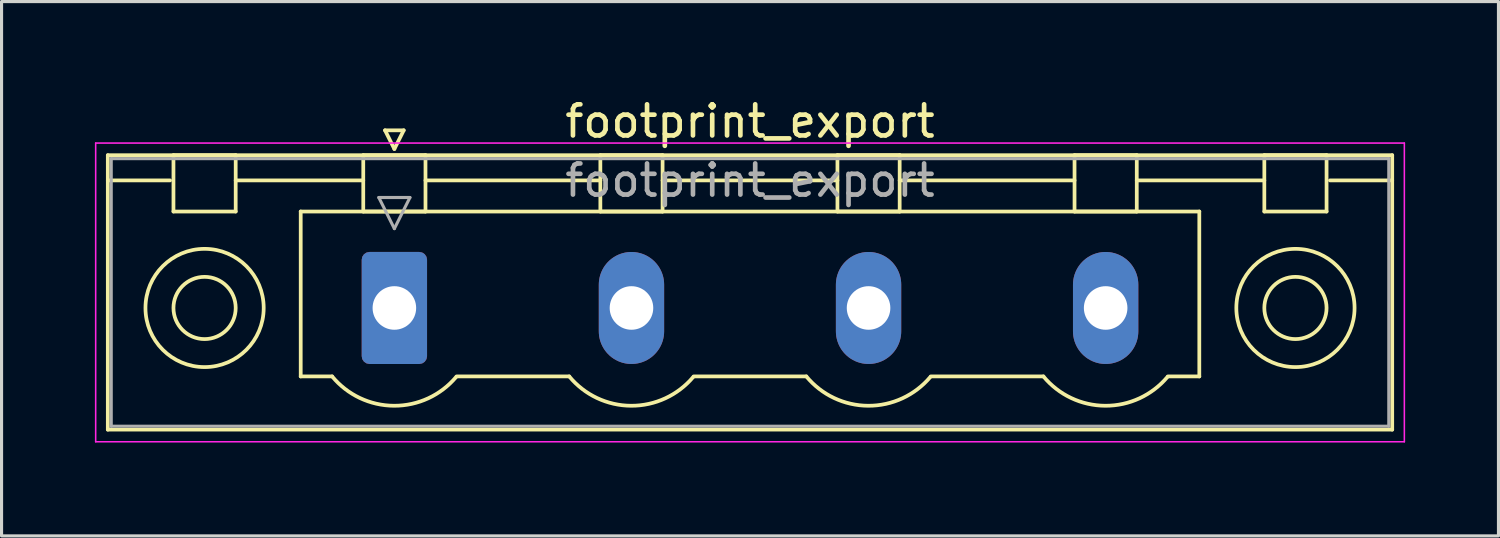
<source format=kicad_pcb>
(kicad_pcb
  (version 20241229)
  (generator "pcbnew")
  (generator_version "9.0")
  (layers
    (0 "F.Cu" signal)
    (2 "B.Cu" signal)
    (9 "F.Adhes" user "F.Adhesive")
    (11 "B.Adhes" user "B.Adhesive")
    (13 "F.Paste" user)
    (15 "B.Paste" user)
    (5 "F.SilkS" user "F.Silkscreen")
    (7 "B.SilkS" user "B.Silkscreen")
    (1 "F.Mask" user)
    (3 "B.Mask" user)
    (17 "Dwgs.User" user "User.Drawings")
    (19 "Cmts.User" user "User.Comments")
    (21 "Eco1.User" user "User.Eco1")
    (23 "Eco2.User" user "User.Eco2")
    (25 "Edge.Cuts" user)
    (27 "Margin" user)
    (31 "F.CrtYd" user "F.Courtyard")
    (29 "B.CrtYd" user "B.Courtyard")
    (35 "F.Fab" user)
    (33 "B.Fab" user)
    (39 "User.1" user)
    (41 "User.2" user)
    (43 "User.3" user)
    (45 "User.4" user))
  (footprint "footprint_export"
    (layer "F.Cu")
    (at 9.625 6.848)
    (property "Reference" "footprint_export" (at 11.43 -6 0) (layer "F.SilkS") (effects (font (size 1 1) (thickness 0.15))))
    (attr through_hole)
    (fp_line (start -9.21 -4.91) (end -9.21 3.91) (stroke (width 0.12) (type solid)) (layer "F.SilkS"))
    (fp_line (start -9.21 -4.1) (end -7.21 -4.1) (stroke (width 0.12) (type solid)) (layer "F.SilkS"))
    (fp_line (start -9.21 3.91) (end 32.07 3.91) (stroke (width 0.12) (type solid)) (layer "F.SilkS"))
    (fp_line (start -7.1 -4.91) (end -5.1 -4.91) (stroke (width 0.12) (type solid)) (layer "F.SilkS"))
    (fp_line (start -7.1 -3.1) (end -7.1 -4.91) (stroke (width 0.12) (type solid)) (layer "F.SilkS"))
    (fp_line (start -5.1 -4.91) (end -5.1 -3.1) (stroke (width 0.12) (type solid)) (layer "F.SilkS"))
    (fp_line (start -5.1 -4.1) (end -1 -4.1) (stroke (width 0.12) (type solid)) (layer "F.SilkS"))
    (fp_line (start -5.1 -3.1) (end -7.1 -3.1) (stroke (width 0.12) (type solid)) (layer "F.SilkS"))
    (fp_line (start -3.01 -3.1) (end 25.87 -3.1) (stroke (width 0.12) (type solid)) (layer "F.SilkS"))
    (fp_line (start -3.01 2.2) (end -3.01 -3.1) (stroke (width 0.12) (type solid)) (layer "F.SilkS"))
    (fp_line (start -2 2.2) (end -3.01 2.2) (stroke (width 0.12) (type solid)) (layer "F.SilkS"))
    (fp_line (start -1 -4.91) (end 1 -4.91) (stroke (width 0.12) (type solid)) (layer "F.SilkS"))
    (fp_line (start -1 -3.1) (end -1 -4.91) (stroke (width 0.12) (type solid)) (layer "F.SilkS"))
    (fp_line (start -0.3 -5.71) (end 0.3 -5.71) (stroke (width 0.12) (type solid)) (layer "F.SilkS"))
    (fp_line (start 0 -5.11) (end -0.3 -5.71) (stroke (width 0.12) (type solid)) (layer "F.SilkS"))
    (fp_line (start 0.3 -5.71) (end 0 -5.11) (stroke (width 0.12) (type solid)) (layer "F.SilkS"))
    (fp_line (start 1 -4.91) (end 1 -3.1) (stroke (width 0.12) (type solid)) (layer "F.SilkS"))
    (fp_line (start 1 -4.1) (end 6.62 -4.1) (stroke (width 0.12) (type solid)) (layer "F.SilkS"))
    (fp_line (start 1 -3.1) (end -1 -3.1) (stroke (width 0.12) (type solid)) (layer "F.SilkS"))
    (fp_line (start 2 2.2) (end 5.62 2.2) (stroke (width 0.12) (type solid)) (layer "F.SilkS"))
    (fp_line (start 6.62 -4.91) (end 8.62 -4.91) (stroke (width 0.12) (type solid)) (layer "F.SilkS"))
    (fp_line (start 6.62 -3.1) (end 6.62 -4.91) (stroke (width 0.12) (type solid)) (layer "F.SilkS"))
    (fp_line (start 8.62 -4.91) (end 8.62 -3.1) (stroke (width 0.12) (type solid)) (layer "F.SilkS"))
    (fp_line (start 8.62 -4.1) (end 14.24 -4.1) (stroke (width 0.12) (type solid)) (layer "F.SilkS"))
    (fp_line (start 8.62 -3.1) (end 6.62 -3.1) (stroke (width 0.12) (type solid)) (layer "F.SilkS"))
    (fp_line (start 9.62 2.2) (end 13.24 2.2) (stroke (width 0.12) (type solid)) (layer "F.SilkS"))
    (fp_line (start 14.24 -4.91) (end 16.24 -4.91) (stroke (width 0.12) (type solid)) (layer "F.SilkS"))
    (fp_line (start 14.24 -3.1) (end 14.24 -4.91) (stroke (width 0.12) (type solid)) (layer "F.SilkS"))
    (fp_line (start 16.24 -4.91) (end 16.24 -3.1) (stroke (width 0.12) (type solid)) (layer "F.SilkS"))
    (fp_line (start 16.24 -4.1) (end 21.86 -4.1) (stroke (width 0.12) (type solid)) (layer "F.SilkS"))
    (fp_line (start 16.24 -3.1) (end 14.24 -3.1) (stroke (width 0.12) (type solid)) (layer "F.SilkS"))
    (fp_line (start 17.24 2.2) (end 20.86 2.2) (stroke (width 0.12) (type solid)) (layer "F.SilkS"))
    (fp_line (start 21.86 -4.91) (end 23.86 -4.91) (stroke (width 0.12) (type solid)) (layer "F.SilkS"))
    (fp_line (start 21.86 -3.1) (end 21.86 -4.91) (stroke (width 0.12) (type solid)) (layer "F.SilkS"))
    (fp_line (start 23.86 -4.91) (end 23.86 -3.1) (stroke (width 0.12) (type solid)) (layer "F.SilkS"))
    (fp_line (start 23.86 -4.1) (end 27.96 -4.1) (stroke (width 0.12) (type solid)) (layer "F.SilkS"))
    (fp_line (start 23.86 -3.1) (end 21.86 -3.1) (stroke (width 0.12) (type solid)) (layer "F.SilkS"))
    (fp_line (start 25.87 -3.1) (end 25.87 2.2) (stroke (width 0.12) (type solid)) (layer "F.SilkS"))
    (fp_line (start 25.87 2.2) (end 24.86 2.2) (stroke (width 0.12) (type solid)) (layer "F.SilkS"))
    (fp_line (start 27.96 -4.91) (end 29.96 -4.91) (stroke (width 0.12) (type solid)) (layer "F.SilkS"))
    (fp_line (start 27.96 -3.1) (end 27.96 -4.91) (stroke (width 0.12) (type solid)) (layer "F.SilkS"))
    (fp_line (start 29.96 -4.91) (end 29.96 -3.1) (stroke (width 0.12) (type solid)) (layer "F.SilkS"))
    (fp_line (start 29.96 -3.1) (end 27.96 -3.1) (stroke (width 0.12) (type solid)) (layer "F.SilkS"))
    (fp_line (start 32.07 -4.91) (end -9.21 -4.91) (stroke (width 0.12) (type solid)) (layer "F.SilkS"))
    (fp_line (start 32.07 -4.1) (end 30.07 -4.1) (stroke (width 0.12) (type solid)) (layer "F.SilkS"))
    (fp_line (start 32.07 3.91) (end 32.07 -4.91) (stroke (width 0.12) (type solid)) (layer "F.SilkS"))
    (fp_arc (start 1.986842 2.215821) (mid -0.010289 3.142758) (end -2 2.2) (stroke (width 0.12) (type solid)) (layer "F.SilkS"))
    (fp_arc (start 9.606842 2.215821) (mid 7.609711 3.142758) (end 5.62 2.2) (stroke (width 0.12) (type solid)) (layer "F.SilkS"))
    (fp_arc (start 17.226842 2.215821) (mid 15.229711 3.142758) (end 13.24 2.2) (stroke (width 0.12) (type solid)) (layer "F.SilkS"))
    (fp_arc (start 24.846842 2.215821) (mid 22.849711 3.142758) (end 20.86 2.2) (stroke (width 0.12) (type solid)) (layer "F.SilkS"))
    (fp_circle (center -6.1 0) (end -5.1 0) (stroke (width 0.12) (type solid)) (fill no) (layer "F.SilkS"))
    (fp_circle (center -6.1 0) (end -4.2 0) (stroke (width 0.12) (type solid)) (fill no) (layer "F.SilkS"))
    (fp_circle (center 28.96 0) (end 29.96 0) (stroke (width 0.12) (type solid)) (fill no) (layer "F.SilkS"))
    (fp_circle (center 28.96 0) (end 30.86 0) (stroke (width 0.12) (type solid)) (fill no) (layer "F.SilkS"))
    (fp_line (start -9.6 -5.3) (end -9.6 4.3) (stroke (width 0.05) (type solid)) (layer "F.CrtYd"))
    (fp_line (start -9.6 4.3) (end 32.46 4.3) (stroke (width 0.05) (type solid)) (layer "F.CrtYd"))
    (fp_line (start 32.46 -5.3) (end -9.6 -5.3) (stroke (width 0.05) (type solid)) (layer "F.CrtYd"))
    (fp_line (start 32.46 4.3) (end 32.46 -5.3) (stroke (width 0.05) (type solid)) (layer "F.CrtYd"))
    (fp_line (start -9.1 -4.8) (end -9.1 3.8) (stroke (width 0.1) (type solid)) (layer "F.Fab"))
    (fp_line (start -9.1 3.8) (end 31.96 3.8) (stroke (width 0.1) (type solid)) (layer "F.Fab"))
    (fp_line (start -0.5 -3.55) (end 0.5 -3.55) (stroke (width 0.1) (type solid)) (layer "F.Fab"))
    (fp_line (start 0 -2.55) (end -0.5 -3.55) (stroke (width 0.1) (type solid)) (layer "F.Fab"))
    (fp_line (start 0.5 -3.55) (end 0 -2.55) (stroke (width 0.1) (type solid)) (layer "F.Fab"))
    (fp_line (start 31.96 -4.8) (end -9.1 -4.8) (stroke (width 0.1) (type solid)) (layer "F.Fab"))
    (fp_line (start 31.96 3.8) (end 31.96 -4.8) (stroke (width 0.1) (type solid)) (layer "F.Fab"))
    (fp_text user "${REFERENCE}" (at 11.43 -4.1 0) (layer "F.Fab") (effects (font (size 1 1) (thickness 0.15))))
    (pad "1" thru_hole roundrect (at 0 0) (size 2.1 3.6) (drill 1.4) (layers "*.Cu" "*.Mask") (roundrect_rratio 0.119))
    (pad "2" thru_hole oval (at 7.62 0) (size 2.1 3.6) (drill 1.4) (layers "*.Cu" "*.Mask"))
    (pad "3" thru_hole oval (at 15.24 0) (size 2.1 3.6) (drill 1.4) (layers "*.Cu" "*.Mask"))
    (pad "4" thru_hole oval (at 22.86 0) (size 2.1 3.6) (drill 1.4) (layers "*.Cu" "*.Mask")))
  (gr_rect
    (start -3 -3)
    (end 45.11 14.173)
    (stroke (width 0.1) (type default))
    (fill no)
    (layer "Edge.Cuts")))
</source>
